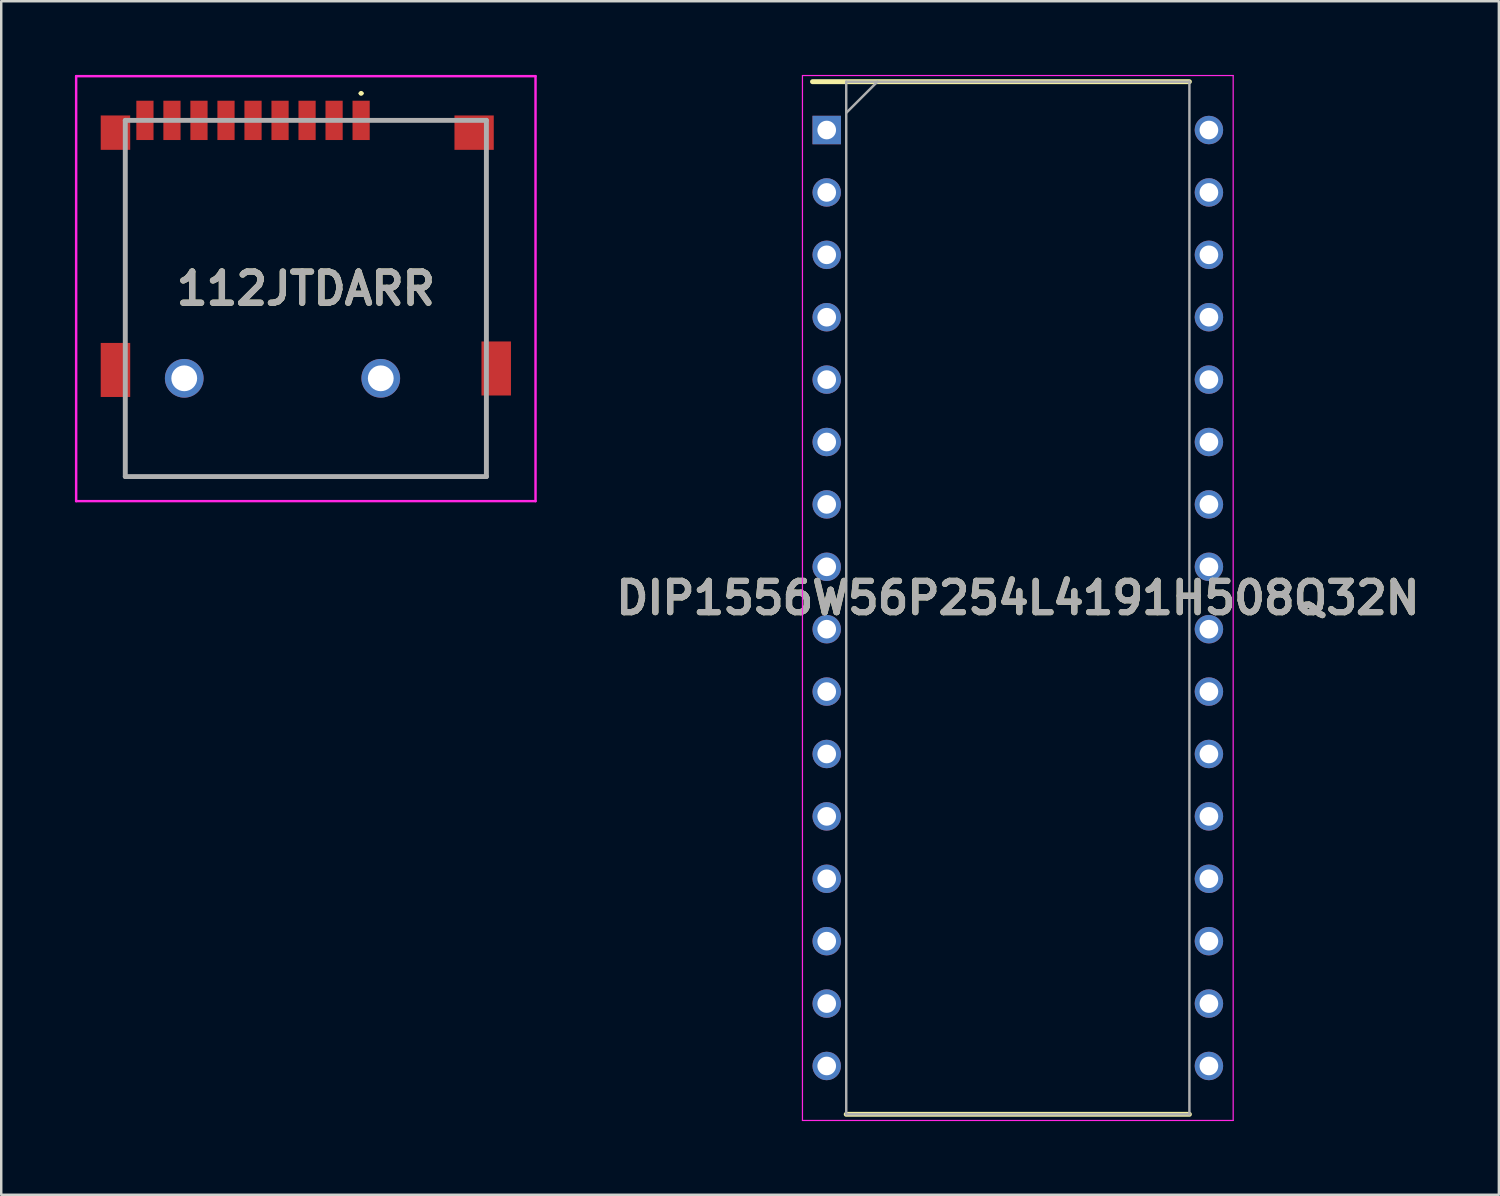
<source format=kicad_pcb>
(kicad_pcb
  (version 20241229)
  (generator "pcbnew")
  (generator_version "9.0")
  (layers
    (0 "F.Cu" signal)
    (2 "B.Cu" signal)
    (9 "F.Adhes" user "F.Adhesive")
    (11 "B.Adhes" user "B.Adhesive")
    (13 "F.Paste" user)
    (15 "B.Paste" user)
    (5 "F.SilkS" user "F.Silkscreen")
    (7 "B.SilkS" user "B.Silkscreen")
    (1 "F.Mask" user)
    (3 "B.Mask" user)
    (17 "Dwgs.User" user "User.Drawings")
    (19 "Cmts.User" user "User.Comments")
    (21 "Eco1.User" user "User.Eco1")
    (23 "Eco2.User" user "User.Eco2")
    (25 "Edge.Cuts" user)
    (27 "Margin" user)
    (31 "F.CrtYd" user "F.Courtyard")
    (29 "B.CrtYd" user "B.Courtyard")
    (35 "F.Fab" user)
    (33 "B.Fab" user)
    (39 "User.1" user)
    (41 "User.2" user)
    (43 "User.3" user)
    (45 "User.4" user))
  (footprint "DIP1556W56P254L4191H508Q32N"
    (layer "F.Cu")
    (at 38.383 21.293)
    (property "Reference" "DIP1556W56P254L4191H508Q32N" (at 0 0 0) (layer "F.SilkS") (effects (font (size 1.27 1.27) (thickness 0.254))))
    (attr through_hole)
    (fp_line (start -8.358 -21.018) (end 6.985 -21.018) (stroke (width 0.2) (type solid)) (layer "F.SilkS"))
    (fp_line (start -6.985 21.018) (end 6.985 21.018) (stroke (width 0.2) (type solid)) (layer "F.SilkS"))
    (fp_line (start -8.767 -21.268) (end 8.767 -21.268) (stroke (width 0.05) (type solid)) (layer "F.CrtYd"))
    (fp_line (start -8.767 21.268) (end -8.767 -21.268) (stroke (width 0.05) (type solid)) (layer "F.CrtYd"))
    (fp_line (start 8.767 -21.268) (end 8.767 21.268) (stroke (width 0.05) (type solid)) (layer "F.CrtYd"))
    (fp_line (start 8.767 21.268) (end -8.767 21.268) (stroke (width 0.05) (type solid)) (layer "F.CrtYd"))
    (fp_line (start -6.985 -21.018) (end 6.985 -21.018) (stroke (width 0.1) (type solid)) (layer "F.Fab"))
    (fp_line (start -6.985 -19.748) (end -5.715 -21.018) (stroke (width 0.1) (type solid)) (layer "F.Fab"))
    (fp_line (start -6.985 21.018) (end -6.985 -21.018) (stroke (width 0.1) (type solid)) (layer "F.Fab"))
    (fp_line (start 6.985 -21.018) (end 6.985 21.018) (stroke (width 0.1) (type solid)) (layer "F.Fab"))
    (fp_line (start 6.985 21.018) (end -6.985 21.018) (stroke (width 0.1) (type solid)) (layer "F.Fab"))
    (fp_text user "${REFERENCE}" (at 0 0 0) (layer "F.Fab") (effects (font (size 1.27 1.27) (thickness 0.254))))
    (pad "1" thru_hole rect (at -7.779 -19.05) (size 1.159 1.159) (drill 0.759) (layers "*.Cu" "*.Mask"))
    (pad "2" thru_hole circle (at -7.779 -16.51) (size 1.159 1.159) (drill 0.759) (layers "*.Cu" "*.Mask"))
    (pad "3" thru_hole circle (at -7.779 -13.97) (size 1.159 1.159) (drill 0.759) (layers "*.Cu" "*.Mask"))
    (pad "4" thru_hole circle (at -7.779 -11.43) (size 1.159 1.159) (drill 0.759) (layers "*.Cu" "*.Mask"))
    (pad "5" thru_hole circle (at -7.779 -8.89) (size 1.159 1.159) (drill 0.759) (layers "*.Cu" "*.Mask"))
    (pad "6" thru_hole circle (at -7.779 -6.35) (size 1.159 1.159) (drill 0.759) (layers "*.Cu" "*.Mask"))
    (pad "7" thru_hole circle (at -7.779 -3.81) (size 1.159 1.159) (drill 0.759) (layers "*.Cu" "*.Mask"))
    (pad "8" thru_hole circle (at -7.779 -1.27) (size 1.159 1.159) (drill 0.759) (layers "*.Cu" "*.Mask"))
    (pad "9" thru_hole circle (at -7.779 1.27) (size 1.159 1.159) (drill 0.759) (layers "*.Cu" "*.Mask"))
    (pad "10" thru_hole circle (at -7.779 3.81) (size 1.159 1.159) (drill 0.759) (layers "*.Cu" "*.Mask"))
    (pad "11" thru_hole circle (at -7.779 6.35) (size 1.159 1.159) (drill 0.759) (layers "*.Cu" "*.Mask"))
    (pad "12" thru_hole circle (at -7.779 8.89) (size 1.159 1.159) (drill 0.759) (layers "*.Cu" "*.Mask"))
    (pad "13" thru_hole circle (at -7.779 11.43) (size 1.159 1.159) (drill 0.759) (layers "*.Cu" "*.Mask"))
    (pad "14" thru_hole circle (at -7.779 13.97) (size 1.159 1.159) (drill 0.759) (layers "*.Cu" "*.Mask"))
    (pad "15" thru_hole circle (at -7.779 16.51) (size 1.159 1.159) (drill 0.759) (layers "*.Cu" "*.Mask"))
    (pad "16" thru_hole circle (at -7.779 19.05) (size 1.159 1.159) (drill 0.759) (layers "*.Cu" "*.Mask"))
    (pad "17" thru_hole circle (at 7.779 19.05) (size 1.159 1.159) (drill 0.759) (layers "*.Cu" "*.Mask"))
    (pad "18" thru_hole circle (at 7.779 16.51) (size 1.159 1.159) (drill 0.759) (layers "*.Cu" "*.Mask"))
    (pad "19" thru_hole circle (at 7.779 13.97) (size 1.159 1.159) (drill 0.759) (layers "*.Cu" "*.Mask"))
    (pad "20" thru_hole circle (at 7.779 11.43) (size 1.159 1.159) (drill 0.759) (layers "*.Cu" "*.Mask"))
    (pad "21" thru_hole circle (at 7.779 8.89) (size 1.159 1.159) (drill 0.759) (layers "*.Cu" "*.Mask"))
    (pad "22" thru_hole circle (at 7.779 6.35) (size 1.159 1.159) (drill 0.759) (layers "*.Cu" "*.Mask"))
    (pad "23" thru_hole circle (at 7.779 3.81) (size 1.159 1.159) (drill 0.759) (layers "*.Cu" "*.Mask"))
    (pad "24" thru_hole circle (at 7.779 1.27) (size 1.159 1.159) (drill 0.759) (layers "*.Cu" "*.Mask"))
    (pad "25" thru_hole circle (at 7.779 -1.27) (size 1.159 1.159) (drill 0.759) (layers "*.Cu" "*.Mask"))
    (pad "26" thru_hole circle (at 7.779 -3.81) (size 1.159 1.159) (drill 0.759) (layers "*.Cu" "*.Mask"))
    (pad "27" thru_hole circle (at 7.779 -6.35) (size 1.159 1.159) (drill 0.759) (layers "*.Cu" "*.Mask"))
    (pad "28" thru_hole circle (at 7.779 -8.89) (size 1.159 1.159) (drill 0.759) (layers "*.Cu" "*.Mask"))
    (pad "29" thru_hole circle (at 7.779 -11.43) (size 1.159 1.159) (drill 0.759) (layers "*.Cu" "*.Mask"))
    (pad "30" thru_hole circle (at 7.779 -13.97) (size 1.159 1.159) (drill 0.759) (layers "*.Cu" "*.Mask"))
    (pad "31" thru_hole circle (at 7.779 -16.51) (size 1.159 1.159) (drill 0.759) (layers "*.Cu" "*.Mask"))
    (pad "32" thru_hole circle (at 7.779 -19.05) (size 1.159 1.159) (drill 0.759) (layers "*.Cu" "*.Mask")))
  (footprint "112JTDARR"
    (layer "F.Cu")
    (at 9.4 1.85)
    (property "Reference" "112JTDARR" (at 0 6.85 0) (layer "F.SilkS") (effects (font (size 1.27 1.27) (thickness 0.254))))
    (attr through_hole)
    (fp_line (start -7.35 1.5) (end -7.35 8.5) (stroke (width 0.1) (type solid)) (layer "F.SilkS"))
    (fp_line (start -7.35 11.5) (end -7.35 14.5) (stroke (width 0.1) (type solid)) (layer "F.SilkS"))
    (fp_line (start -7.35 14.5) (end 7.35 14.5) (stroke (width 0.1) (type solid)) (layer "F.SilkS"))
    (fp_line (start 2.2 -1.1) (end 2.2 -1.1) (stroke (width 0.1) (type solid)) (layer "F.SilkS"))
    (fp_line (start 2.3 -1.1) (end 2.3 -1.1) (stroke (width 0.1) (type solid)) (layer "F.SilkS"))
    (fp_line (start 5.5 0) (end 3 0) (stroke (width 0.1) (type solid)) (layer "F.SilkS"))
    (fp_line (start 7.35 8.5) (end 7.35 1.5) (stroke (width 0.1) (type solid)) (layer "F.SilkS"))
    (fp_line (start 7.35 14.5) (end 7.35 11.5) (stroke (width 0.1) (type solid)) (layer "F.SilkS"))
    (fp_arc (start 2.2 -1.1) (mid 2.25 -1.15) (end 2.3 -1.1) (stroke (width 0.1) (type solid)) (layer "F.SilkS"))
    (fp_arc (start 2.3 -1.1) (mid 2.25 -1.05) (end 2.2 -1.1) (stroke (width 0.1) (type solid)) (layer "F.SilkS"))
    (fp_line (start -9.35 -1.8) (end 9.35 -1.8) (stroke (width 0.1) (type solid)) (layer "F.CrtYd"))
    (fp_line (start -9.35 15.5) (end -9.35 -1.8) (stroke (width 0.1) (type solid)) (layer "F.CrtYd"))
    (fp_line (start 9.35 -1.8) (end 9.35 15.5) (stroke (width 0.1) (type solid)) (layer "F.CrtYd"))
    (fp_line (start 9.35 15.5) (end -9.35 15.5) (stroke (width 0.1) (type solid)) (layer "F.CrtYd"))
    (fp_line (start -7.35 0) (end 7.35 0) (stroke (width 0.2) (type solid)) (layer "F.Fab"))
    (fp_line (start -7.35 14.5) (end -7.35 0) (stroke (width 0.2) (type solid)) (layer "F.Fab"))
    (fp_line (start 7.35 0) (end 7.35 14.5) (stroke (width 0.2) (type solid)) (layer "F.Fab"))
    (fp_line (start 7.35 14.5) (end -7.35 14.5) (stroke (width 0.2) (type solid)) (layer "F.Fab"))
    (fp_text user "${REFERENCE}" (at 0 6.85 0) (layer "F.Fab") (effects (font (size 1.27 1.27) (thickness 0.254))))
    (pad "1" smd rect (at 2.25 0) (size 0.7 1.6) (layers "F.Cu" "F.Mask" "F.Paste"))
    (pad "2" smd rect (at 1.15 0) (size 0.7 1.6) (layers "F.Cu" "F.Mask" "F.Paste"))
    (pad "3" smd rect (at 0.05 0) (size 0.7 1.6) (layers "F.Cu" "F.Mask" "F.Paste"))
    (pad "4" smd rect (at -1.05 0) (size 0.7 1.6) (layers "F.Cu" "F.Mask" "F.Paste"))
    (pad "5" smd rect (at -2.15 0) (size 0.7 1.6) (layers "F.Cu" "F.Mask" "F.Paste"))
    (pad "6" smd rect (at -3.25 0) (size 0.7 1.6) (layers "F.Cu" "F.Mask" "F.Paste"))
    (pad "7" smd rect (at -4.35 0) (size 0.7 1.6) (layers "F.Cu" "F.Mask" "F.Paste"))
    (pad "8" smd rect (at -5.45 0) (size 0.7 1.6) (layers "F.Cu" "F.Mask" "F.Paste"))
    (pad "9" smd rect (at -6.55 0) (size 0.7 1.6) (layers "F.Cu" "F.Mask" "F.Paste"))
    (pad "10" smd rect (at -7.75 0.5) (size 1.2 1.4) (layers "F.Cu" "F.Mask" "F.Paste"))
    (pad "11" smd rect (at -7.75 10.16) (size 1.2 2.2) (layers "F.Cu" "F.Mask" "F.Paste"))
    (pad "12" smd rect (at 7.75 10.1) (size 1.2 2.2) (layers "F.Cu" "F.Mask" "F.Paste"))
    (pad "13" smd rect (at 6.85 0.5 90) (size 1.4 1.6) (layers "F.Cu" "F.Mask" "F.Paste"))
    (pad "14" thru_hole circle (at -4.95 10.5) (size 1.575 1.575) (drill 1.05) (layers "*.Cu" "*.Mask"))
    (pad "15" thru_hole circle (at 3.05 10.5) (size 1.575 1.575) (drill 1.05) (layers "*.Cu" "*.Mask")))
  (gr_rect
    (start -3 -3)
    (end 57.965 45.586)
    (stroke (width 0.1) (type default))
    (fill no)
    (layer "Edge.Cuts")))
</source>
